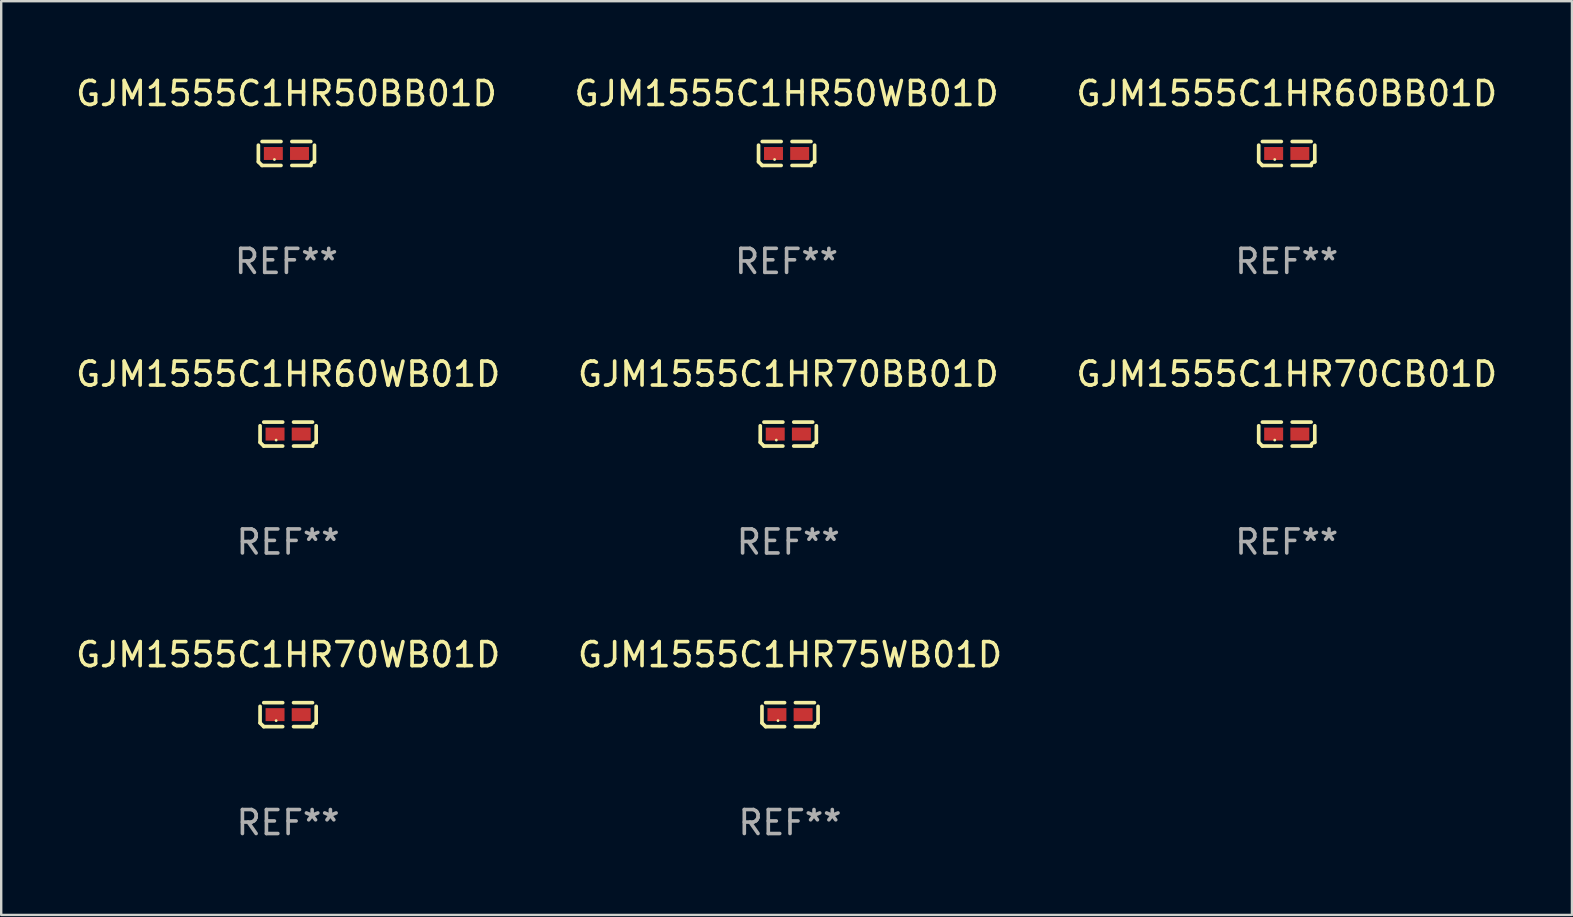
<source format=kicad_pcb>
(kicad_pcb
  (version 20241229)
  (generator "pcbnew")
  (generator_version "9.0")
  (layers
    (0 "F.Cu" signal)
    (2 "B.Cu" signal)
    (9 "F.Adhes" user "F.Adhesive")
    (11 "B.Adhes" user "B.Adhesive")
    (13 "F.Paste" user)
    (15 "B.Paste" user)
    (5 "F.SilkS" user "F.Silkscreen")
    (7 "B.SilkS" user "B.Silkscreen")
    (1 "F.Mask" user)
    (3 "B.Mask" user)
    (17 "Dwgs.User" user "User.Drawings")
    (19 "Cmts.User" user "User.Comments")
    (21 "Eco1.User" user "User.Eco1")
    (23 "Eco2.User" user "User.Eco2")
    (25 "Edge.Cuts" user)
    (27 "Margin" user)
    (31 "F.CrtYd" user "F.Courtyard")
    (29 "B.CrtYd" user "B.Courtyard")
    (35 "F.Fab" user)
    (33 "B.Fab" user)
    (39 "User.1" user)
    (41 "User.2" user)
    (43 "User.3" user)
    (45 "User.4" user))
  (footprint "GJM1555C1HR70BB01D"
    (layer "F.Cu")
    (at 29.804 15.041)
    (property "Reference" "GJM1555C1HR70BB01D" (at 0 -2.499 0) (layer "F.SilkS") (effects (font (size 1 1) (thickness 0.15))))
    (attr through_hole)
    (fp_line (start -1.169 0.346) (end -1.169 -0.346) (stroke (width 0.152) (type solid)) (layer "F.SilkS"))
    (fp_line (start -1.016 -0.499) (end -0.226 -0.499) (stroke (width 0.152) (type solid)) (layer "F.SilkS"))
    (fp_line (start -0.226 0.499) (end -1.016 0.499) (stroke (width 0.152) (type solid)) (layer "F.SilkS"))
    (fp_line (start 0.226 0.499) (end 1.016 0.499) (stroke (width 0.152) (type solid)) (layer "F.SilkS"))
    (fp_line (start 1.016 -0.499) (end 0.226 -0.499) (stroke (width 0.152) (type solid)) (layer "F.SilkS"))
    (fp_line (start 1.169 0.346) (end 1.169 -0.346) (stroke (width 0.152) (type solid)) (layer "F.SilkS"))
    (fp_arc (start -1.016307 0.498603) (mid -1.092512 0.422405) (end -1.16871 0.3462) (stroke (width 0.1524) (type solid)) (layer "F.SilkS"))
    (fp_arc (start 1.016307 0.498603) (mid 1.060899 0.390758) (end 1.168707 0.346076) (stroke (width 0.1524) (type solid)) (layer "F.SilkS"))
    (fp_circle (center -0.5 0.25) (end -0.47 0.25) (stroke (width 0.06) (type solid)) (fill no) (layer "F.SilkS"))
    (fp_text user "REF**" (at 0 4.499 0) (layer "F.Fab") (effects (font (size 1 1) (thickness 0.15))))
    (pad "1" smd rect (at -0.545 0) (size 0.79 0.54) (layers "F.Cu" "F.Mask" "F.Paste"))
    (pad "2" smd rect (at 0.545 0) (size 0.79 0.54) (layers "F.Cu" "F.Mask" "F.Paste")))
  (footprint "GJM1555C1HR75WB01D"
    (layer "F.Cu")
    (at 29.875 26.734)
    (property "Reference" "GJM1555C1HR75WB01D" (at 0 -2.499 0) (layer "F.SilkS") (effects (font (size 1 1) (thickness 0.15))))
    (attr through_hole)
    (fp_line (start -1.169 0.346) (end -1.169 -0.346) (stroke (width 0.152) (type solid)) (layer "F.SilkS"))
    (fp_line (start -1.016 -0.499) (end -0.226 -0.499) (stroke (width 0.152) (type solid)) (layer "F.SilkS"))
    (fp_line (start -0.226 0.499) (end -1.016 0.499) (stroke (width 0.152) (type solid)) (layer "F.SilkS"))
    (fp_line (start 0.226 0.499) (end 1.016 0.499) (stroke (width 0.152) (type solid)) (layer "F.SilkS"))
    (fp_line (start 1.016 -0.499) (end 0.226 -0.499) (stroke (width 0.152) (type solid)) (layer "F.SilkS"))
    (fp_line (start 1.169 0.346) (end 1.169 -0.346) (stroke (width 0.152) (type solid)) (layer "F.SilkS"))
    (fp_arc (start -1.016307 0.498603) (mid -1.092512 0.422405) (end -1.16871 0.3462) (stroke (width 0.1524) (type solid)) (layer "F.SilkS"))
    (fp_arc (start 1.016307 0.498603) (mid 1.060899 0.390758) (end 1.168707 0.346076) (stroke (width 0.1524) (type solid)) (layer "F.SilkS"))
    (fp_circle (center -0.5 0.25) (end -0.47 0.25) (stroke (width 0.06) (type solid)) (fill no) (layer "F.SilkS"))
    (fp_text user "REF**" (at 0 4.499 0) (layer "F.Fab") (effects (font (size 1 1) (thickness 0.15))))
    (pad "1" smd rect (at -0.545 0) (size 0.79 0.54) (layers "F.Cu" "F.Mask" "F.Paste"))
    (pad "2" smd rect (at 0.545 0) (size 0.79 0.54) (layers "F.Cu" "F.Mask" "F.Paste")))
  (footprint "GJM1555C1HR70CB01D"
    (layer "F.Cu")
    (at 50.577 15.041)
    (property "Reference" "GJM1555C1HR70CB01D" (at 0 -2.499 0) (layer "F.SilkS") (effects (font (size 1 1) (thickness 0.15))))
    (attr through_hole)
    (fp_line (start -1.169 0.346) (end -1.169 -0.346) (stroke (width 0.152) (type solid)) (layer "F.SilkS"))
    (fp_line (start -1.016 -0.499) (end -0.226 -0.499) (stroke (width 0.152) (type solid)) (layer "F.SilkS"))
    (fp_line (start -0.226 0.499) (end -1.016 0.499) (stroke (width 0.152) (type solid)) (layer "F.SilkS"))
    (fp_line (start 0.226 0.499) (end 1.016 0.499) (stroke (width 0.152) (type solid)) (layer "F.SilkS"))
    (fp_line (start 1.016 -0.499) (end 0.226 -0.499) (stroke (width 0.152) (type solid)) (layer "F.SilkS"))
    (fp_line (start 1.169 0.346) (end 1.169 -0.346) (stroke (width 0.152) (type solid)) (layer "F.SilkS"))
    (fp_arc (start -1.016307 0.498603) (mid -1.092512 0.422405) (end -1.16871 0.3462) (stroke (width 0.1524) (type solid)) (layer "F.SilkS"))
    (fp_arc (start 1.016307 0.498603) (mid 1.060899 0.390758) (end 1.168707 0.346076) (stroke (width 0.1524) (type solid)) (layer "F.SilkS"))
    (fp_circle (center -0.5 0.25) (end -0.47 0.25) (stroke (width 0.06) (type solid)) (fill no) (layer "F.SilkS"))
    (fp_text user "REF**" (at 0 4.499 0) (layer "F.Fab") (effects (font (size 1 1) (thickness 0.15))))
    (pad "1" smd rect (at -0.545 0) (size 0.79 0.54) (layers "F.Cu" "F.Mask" "F.Paste"))
    (pad "2" smd rect (at 0.545 0) (size 0.79 0.54) (layers "F.Cu" "F.Mask" "F.Paste")))
  (footprint "GJM1555C1HR50WB01D"
    (layer "F.Cu")
    (at 29.732 3.347)
    (property "Reference" "GJM1555C1HR50WB01D" (at 0 -2.499 0) (layer "F.SilkS") (effects (font (size 1 1) (thickness 0.15))))
    (attr through_hole)
    (fp_line (start -1.169 0.346) (end -1.169 -0.346) (stroke (width 0.152) (type solid)) (layer "F.SilkS"))
    (fp_line (start -1.016 -0.499) (end -0.226 -0.499) (stroke (width 0.152) (type solid)) (layer "F.SilkS"))
    (fp_line (start -0.226 0.499) (end -1.016 0.499) (stroke (width 0.152) (type solid)) (layer "F.SilkS"))
    (fp_line (start 0.226 0.499) (end 1.016 0.499) (stroke (width 0.152) (type solid)) (layer "F.SilkS"))
    (fp_line (start 1.016 -0.499) (end 0.226 -0.499) (stroke (width 0.152) (type solid)) (layer "F.SilkS"))
    (fp_line (start 1.169 0.346) (end 1.169 -0.346) (stroke (width 0.152) (type solid)) (layer "F.SilkS"))
    (fp_arc (start -1.016307 0.498603) (mid -1.092512 0.422405) (end -1.16871 0.3462) (stroke (width 0.1524) (type solid)) (layer "F.SilkS"))
    (fp_arc (start 1.016307 0.498603) (mid 1.060899 0.390758) (end 1.168707 0.346076) (stroke (width 0.1524) (type solid)) (layer "F.SilkS"))
    (fp_circle (center -0.5 0.25) (end -0.47 0.25) (stroke (width 0.06) (type solid)) (fill no) (layer "F.SilkS"))
    (fp_text user "REF**" (at 0 4.499 0) (layer "F.Fab") (effects (font (size 1 1) (thickness 0.15))))
    (pad "1" smd rect (at -0.545 0) (size 0.79 0.54) (layers "F.Cu" "F.Mask" "F.Paste"))
    (pad "2" smd rect (at 0.545 0) (size 0.79 0.54) (layers "F.Cu" "F.Mask" "F.Paste")))
  (footprint "GJM1555C1HR70WB01D"
    (layer "F.Cu")
    (at 8.958 26.734)
    (property "Reference" "GJM1555C1HR70WB01D" (at 0 -2.499 0) (layer "F.SilkS") (effects (font (size 1 1) (thickness 0.15))))
    (attr through_hole)
    (fp_line (start -1.169 0.346) (end -1.169 -0.346) (stroke (width 0.152) (type solid)) (layer "F.SilkS"))
    (fp_line (start -1.016 -0.499) (end -0.226 -0.499) (stroke (width 0.152) (type solid)) (layer "F.SilkS"))
    (fp_line (start -0.226 0.499) (end -1.016 0.499) (stroke (width 0.152) (type solid)) (layer "F.SilkS"))
    (fp_line (start 0.226 0.499) (end 1.016 0.499) (stroke (width 0.152) (type solid)) (layer "F.SilkS"))
    (fp_line (start 1.016 -0.499) (end 0.226 -0.499) (stroke (width 0.152) (type solid)) (layer "F.SilkS"))
    (fp_line (start 1.169 0.346) (end 1.169 -0.346) (stroke (width 0.152) (type solid)) (layer "F.SilkS"))
    (fp_arc (start -1.016307 0.498603) (mid -1.092512 0.422405) (end -1.16871 0.3462) (stroke (width 0.1524) (type solid)) (layer "F.SilkS"))
    (fp_arc (start 1.016307 0.498603) (mid 1.060899 0.390758) (end 1.168707 0.346076) (stroke (width 0.1524) (type solid)) (layer "F.SilkS"))
    (fp_circle (center -0.5 0.25) (end -0.47 0.25) (stroke (width 0.06) (type solid)) (fill no) (layer "F.SilkS"))
    (fp_text user "REF**" (at 0 4.499 0) (layer "F.Fab") (effects (font (size 1 1) (thickness 0.15))))
    (pad "1" smd rect (at -0.545 0) (size 0.79 0.54) (layers "F.Cu" "F.Mask" "F.Paste"))
    (pad "2" smd rect (at 0.545 0) (size 0.79 0.54) (layers "F.Cu" "F.Mask" "F.Paste")))
  (footprint "GJM1555C1HR50BB01D"
    (layer "F.Cu")
    (at 8.887 3.347)
    (property "Reference" "GJM1555C1HR50BB01D" (at 0 -2.499 0) (layer "F.SilkS") (effects (font (size 1 1) (thickness 0.15))))
    (attr through_hole)
    (fp_line (start -1.169 0.346) (end -1.169 -0.346) (stroke (width 0.152) (type solid)) (layer "F.SilkS"))
    (fp_line (start -1.016 -0.499) (end -0.226 -0.499) (stroke (width 0.152) (type solid)) (layer "F.SilkS"))
    (fp_line (start -0.226 0.499) (end -1.016 0.499) (stroke (width 0.152) (type solid)) (layer "F.SilkS"))
    (fp_line (start 0.226 0.499) (end 1.016 0.499) (stroke (width 0.152) (type solid)) (layer "F.SilkS"))
    (fp_line (start 1.016 -0.499) (end 0.226 -0.499) (stroke (width 0.152) (type solid)) (layer "F.SilkS"))
    (fp_line (start 1.169 0.346) (end 1.169 -0.346) (stroke (width 0.152) (type solid)) (layer "F.SilkS"))
    (fp_arc (start -1.016307 0.498603) (mid -1.092512 0.422405) (end -1.16871 0.3462) (stroke (width 0.1524) (type solid)) (layer "F.SilkS"))
    (fp_arc (start 1.016307 0.498603) (mid 1.060899 0.390758) (end 1.168707 0.346076) (stroke (width 0.1524) (type solid)) (layer "F.SilkS"))
    (fp_circle (center -0.5 0.25) (end -0.47 0.25) (stroke (width 0.06) (type solid)) (fill no) (layer "F.SilkS"))
    (fp_text user "REF**" (at 0 4.499 0) (layer "F.Fab") (effects (font (size 1 1) (thickness 0.15))))
    (pad "1" smd rect (at -0.545 0) (size 0.79 0.54) (layers "F.Cu" "F.Mask" "F.Paste"))
    (pad "2" smd rect (at 0.545 0) (size 0.79 0.54) (layers "F.Cu" "F.Mask" "F.Paste")))
  (footprint "GJM1555C1HR60WB01D"
    (layer "F.Cu")
    (at 8.958 15.041)
    (property "Reference" "GJM1555C1HR60WB01D" (at 0 -2.499 0) (layer "F.SilkS") (effects (font (size 1 1) (thickness 0.15))))
    (attr through_hole)
    (fp_line (start -1.169 0.346) (end -1.169 -0.346) (stroke (width 0.152) (type solid)) (layer "F.SilkS"))
    (fp_line (start -1.016 -0.499) (end -0.226 -0.499) (stroke (width 0.152) (type solid)) (layer "F.SilkS"))
    (fp_line (start -0.226 0.499) (end -1.016 0.499) (stroke (width 0.152) (type solid)) (layer "F.SilkS"))
    (fp_line (start 0.226 0.499) (end 1.016 0.499) (stroke (width 0.152) (type solid)) (layer "F.SilkS"))
    (fp_line (start 1.016 -0.499) (end 0.226 -0.499) (stroke (width 0.152) (type solid)) (layer "F.SilkS"))
    (fp_line (start 1.169 0.346) (end 1.169 -0.346) (stroke (width 0.152) (type solid)) (layer "F.SilkS"))
    (fp_arc (start -1.016307 0.498603) (mid -1.092512 0.422405) (end -1.16871 0.3462) (stroke (width 0.1524) (type solid)) (layer "F.SilkS"))
    (fp_arc (start 1.016307 0.498603) (mid 1.060899 0.390758) (end 1.168707 0.346076) (stroke (width 0.1524) (type solid)) (layer "F.SilkS"))
    (fp_circle (center -0.5 0.25) (end -0.47 0.25) (stroke (width 0.06) (type solid)) (fill no) (layer "F.SilkS"))
    (fp_text user "REF**" (at 0 4.499 0) (layer "F.Fab") (effects (font (size 1 1) (thickness 0.15))))
    (pad "1" smd rect (at -0.545 0) (size 0.79 0.54) (layers "F.Cu" "F.Mask" "F.Paste"))
    (pad "2" smd rect (at 0.545 0) (size 0.79 0.54) (layers "F.Cu" "F.Mask" "F.Paste")))
  (footprint "GJM1555C1HR60BB01D"
    (layer "F.Cu")
    (at 50.577 3.347)
    (property "Reference" "GJM1555C1HR60BB01D" (at 0 -2.499 0) (layer "F.SilkS") (effects (font (size 1 1) (thickness 0.15))))
    (attr through_hole)
    (fp_line (start -1.169 0.346) (end -1.169 -0.346) (stroke (width 0.152) (type solid)) (layer "F.SilkS"))
    (fp_line (start -1.016 -0.499) (end -0.226 -0.499) (stroke (width 0.152) (type solid)) (layer "F.SilkS"))
    (fp_line (start -0.226 0.499) (end -1.016 0.499) (stroke (width 0.152) (type solid)) (layer "F.SilkS"))
    (fp_line (start 0.226 0.499) (end 1.016 0.499) (stroke (width 0.152) (type solid)) (layer "F.SilkS"))
    (fp_line (start 1.016 -0.499) (end 0.226 -0.499) (stroke (width 0.152) (type solid)) (layer "F.SilkS"))
    (fp_line (start 1.169 0.346) (end 1.169 -0.346) (stroke (width 0.152) (type solid)) (layer "F.SilkS"))
    (fp_arc (start -1.016307 0.498603) (mid -1.092512 0.422405) (end -1.16871 0.3462) (stroke (width 0.1524) (type solid)) (layer "F.SilkS"))
    (fp_arc (start 1.016307 0.498603) (mid 1.060899 0.390758) (end 1.168707 0.346076) (stroke (width 0.1524) (type solid)) (layer "F.SilkS"))
    (fp_circle (center -0.5 0.25) (end -0.47 0.25) (stroke (width 0.06) (type solid)) (fill no) (layer "F.SilkS"))
    (fp_text user "REF**" (at 0 4.499 0) (layer "F.Fab") (effects (font (size 1 1) (thickness 0.15))))
    (pad "1" smd rect (at -0.545 0) (size 0.79 0.54) (layers "F.Cu" "F.Mask" "F.Paste"))
    (pad "2" smd rect (at 0.545 0) (size 0.79 0.54) (layers "F.Cu" "F.Mask" "F.Paste")))
  (gr_rect
    (start -3 -3)
    (end 62.464 35.081)
    (stroke (width 0.1) (type default))
    (fill no)
    (layer "Edge.Cuts")))
</source>
